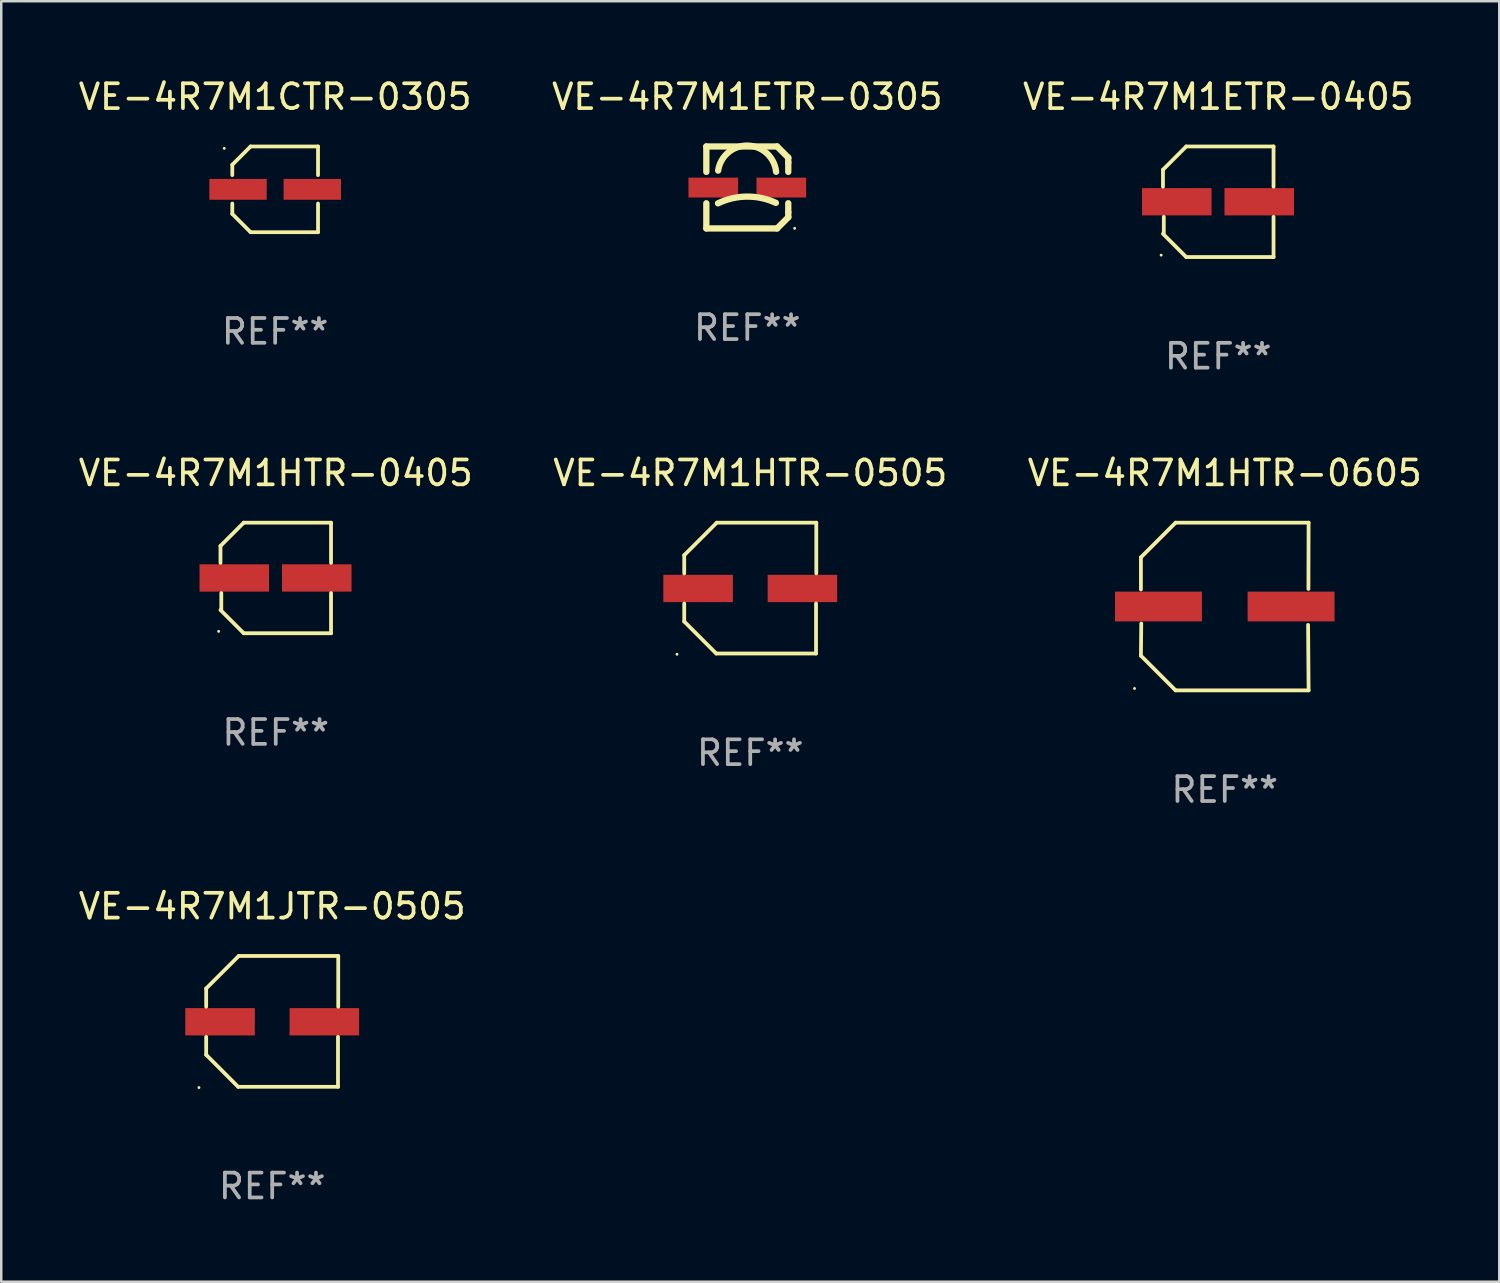
<source format=kicad_pcb>
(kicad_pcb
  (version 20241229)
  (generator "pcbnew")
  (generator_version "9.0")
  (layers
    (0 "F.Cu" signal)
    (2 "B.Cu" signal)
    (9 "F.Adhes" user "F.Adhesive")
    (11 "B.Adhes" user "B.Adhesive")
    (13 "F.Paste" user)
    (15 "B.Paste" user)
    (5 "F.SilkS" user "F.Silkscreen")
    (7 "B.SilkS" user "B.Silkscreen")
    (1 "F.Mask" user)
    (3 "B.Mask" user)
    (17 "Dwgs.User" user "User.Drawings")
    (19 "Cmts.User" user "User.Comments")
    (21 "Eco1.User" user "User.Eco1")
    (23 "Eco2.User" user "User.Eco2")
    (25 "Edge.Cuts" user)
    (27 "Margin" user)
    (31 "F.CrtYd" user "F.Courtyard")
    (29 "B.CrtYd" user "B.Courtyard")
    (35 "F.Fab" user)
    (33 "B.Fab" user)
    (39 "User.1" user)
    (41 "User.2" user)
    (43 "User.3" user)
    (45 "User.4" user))
  (footprint "VE-4R7M1CTR-0305"
    (layer "F.Cu")
    (at 8.03 4.574)
    (property "Reference" "VE-4R7M1CTR-0305" (at 0 -3.726 0) (layer "F.SilkS") (effects (font (size 1 1) (thickness 0.15))))
    (attr through_hole)
    (fp_line (start -1.726 -0.99) (end -1.726 -0.572) (stroke (width 0.152) (type solid)) (layer "F.SilkS"))
    (fp_line (start -1.726 0.99) (end -1.726 0.572) (stroke (width 0.152) (type solid)) (layer "F.SilkS"))
    (fp_line (start -0.99 -1.726) (end -1.726 -0.99) (stroke (width 0.152) (type solid)) (layer "F.SilkS"))
    (fp_line (start -0.99 1.726) (end -1.726 0.99) (stroke (width 0.152) (type solid)) (layer "F.SilkS"))
    (fp_line (start 1.726 -1.726) (end -0.99 -1.726) (stroke (width 0.152) (type solid)) (layer "F.SilkS"))
    (fp_line (start 1.726 -0.572) (end 1.726 -1.726) (stroke (width 0.152) (type solid)) (layer "F.SilkS"))
    (fp_line (start 1.726 0.572) (end 1.726 1.726) (stroke (width 0.152) (type solid)) (layer "F.SilkS"))
    (fp_line (start 1.726 1.726) (end -0.99 1.726) (stroke (width 0.152) (type solid)) (layer "F.SilkS"))
    (fp_circle (center -2.05 -1.65) (end -2.02 -1.65) (stroke (width 0.06) (type solid)) (fill no) (layer "F.SilkS"))
    (fp_text user "REF**" (at 0 5.726 0) (layer "F.Fab") (effects (font (size 1 1) (thickness 0.15))))
    (pad "1" smd rect (at -1.495 0) (size 2.31 0.84) (layers "F.Cu" "F.Mask" "F.Paste"))
    (pad "2" smd rect (at 1.495 0) (size 2.31 0.84) (layers "F.Cu" "F.Mask" "F.Paste")))
  (footprint "VE-4R7M1ETR-0305"
    (layer "F.Cu")
    (at 27.042 4.498)
    (property "Reference" "VE-4R7M1ETR-0305" (at 0 -3.65 0) (layer "F.SilkS") (effects (font (size 1 1) (thickness 0.15))))
    (attr through_hole)
    (fp_line (start -1.65 -0.626) (end -1.65 -1.65) (stroke (width 0.254) (type solid)) (layer "F.SilkS"))
    (fp_line (start -1.65 1.65) (end -1.65 0.636) (stroke (width 0.254) (type solid)) (layer "F.SilkS"))
    (fp_line (start 1.2 -1.65) (end -1.65 -1.65) (stroke (width 0.254) (type solid)) (layer "F.SilkS"))
    (fp_line (start 1.2 1.65) (end -1.65 1.65) (stroke (width 0.254) (type solid)) (layer "F.SilkS"))
    (fp_line (start 1.65 -1.2) (end 1.2 -1.65) (stroke (width 0.254) (type solid)) (layer "F.SilkS"))
    (fp_line (start 1.65 -1) (end 1.65 -1.2) (stroke (width 0.254) (type solid)) (layer "F.SilkS"))
    (fp_line (start 1.65 -0.626) (end 1.65 -1) (stroke (width 0.254) (type solid)) (layer "F.SilkS"))
    (fp_line (start 1.65 1) (end 1.65 0.636) (stroke (width 0.254) (type solid)) (layer "F.SilkS"))
    (fp_line (start 1.65 1) (end 1.65 1.2) (stroke (width 0.254) (type solid)) (layer "F.SilkS"))
    (fp_line (start 1.65 1.2) (end 1.2 1.65) (stroke (width 0.254) (type solid)) (layer "F.SilkS"))
    (fp_arc (start -1.18001 0.640005) (mid -0.016813 0.368589) (end 1.150775 0.620447) (stroke (width 0.254001) (type solid)) (layer "F.SilkS"))
    (fp_arc (start -1.173279 -0.678359) (mid 0.014717 -1.684674) (end 1.159995 -0.629997) (stroke (width 0.254001) (type solid)) (layer "F.SilkS"))
    (fp_circle (center 1.906 1.645) (end 1.936 1.645) (stroke (width 0.06) (type solid)) (fill no) (layer "F.SilkS"))
    (fp_text user "REF**" (at 0 5.65 0) (layer "F.Fab") (effects (font (size 1 1) (thickness 0.15))))
    (pad "1" smd rect (at 1.37 0.005) (size 2 0.8) (layers "F.Cu" "F.Mask" "F.Paste"))
    (pad "2" smd rect (at -1.37 0.005) (size 2 0.8) (layers "F.Cu" "F.Mask" "F.Paste")))
  (footprint "VE-4R7M1ETR-0405"
    (layer "F.Cu")
    (at 46.006 5.074)
    (property "Reference" "VE-4R7M1ETR-0405" (at 0 -4.226 0) (layer "F.SilkS") (effects (font (size 1 1) (thickness 0.15))))
    (attr through_hole)
    (fp_line (start -2.226 -1.29) (end -2.226 -0.607) (stroke (width 0.152) (type solid)) (layer "F.SilkS"))
    (fp_line (start -2.193 1.29) (end -2.193 0.607) (stroke (width 0.152) (type solid)) (layer "F.SilkS"))
    (fp_line (start -1.29 2.226) (end -2.226 1.29) (stroke (width 0.152) (type solid)) (layer "F.SilkS"))
    (fp_line (start -1.29 -2.226) (end -2.226 -1.29) (stroke (width 0.152) (type solid)) (layer "F.SilkS"))
    (fp_line (start 2.226 -2.226) (end -1.29 -2.226) (stroke (width 0.152) (type solid)) (layer "F.SilkS"))
    (fp_line (start 2.226 -0.607) (end 2.226 -2.226) (stroke (width 0.152) (type solid)) (layer "F.SilkS"))
    (fp_line (start 2.226 0.607) (end 2.226 2.226) (stroke (width 0.152) (type solid)) (layer "F.SilkS"))
    (fp_line (start 2.226 2.226) (end -1.29 2.226) (stroke (width 0.152) (type solid)) (layer "F.SilkS"))
    (fp_circle (center -2.3 2.15) (end -2.27 2.15) (stroke (width 0.06) (type solid)) (fill no) (layer "F.SilkS"))
    (fp_text user "REF**" (at 0 6.226 0) (layer "F.Fab") (effects (font (size 1 1) (thickness 0.15))))
    (pad "1" smd rect (at -1.67 -0.000025) (size 2.8 1.1) (layers "F.Cu" "F.Mask" "F.Paste"))
    (pad "2" smd rect (at 1.651 -0.000025) (size 2.8 1.1) (layers "F.Cu" "F.Mask" "F.Paste")))
  (footprint "VE-4R7M1JTR-0505"
    (layer "F.Cu")
    (at 7.911 38.079)
    (property "Reference" "VE-4R7M1JTR-0505" (at 0 -4.634 0) (layer "F.SilkS") (effects (font (size 1 1) (thickness 0.15))))
    (attr through_hole)
    (fp_line (start -2.659 -1.326) (end -2.659 -0.592) (stroke (width 0.152) (type solid)) (layer "F.SilkS"))
    (fp_line (start -2.659 1.346) (end -2.659 0.622) (stroke (width 0.152) (type solid)) (layer "F.SilkS"))
    (fp_line (start -1.372 2.634) (end -2.659 1.346) (stroke (width 0.152) (type solid)) (layer "F.SilkS"))
    (fp_line (start -1.349 -2.634) (end -2.659 -1.326) (stroke (width 0.152) (type solid)) (layer "F.SilkS"))
    (fp_line (start 2.649 0.622) (end 2.649 2.634) (stroke (width 0.152) (type solid)) (layer "F.SilkS"))
    (fp_line (start 2.649 2.634) (end -1.372 2.634) (stroke (width 0.152) (type solid)) (layer "F.SilkS"))
    (fp_line (start 2.659 -2.634) (end -1.349 -2.634) (stroke (width 0.152) (type solid)) (layer "F.SilkS"))
    (fp_line (start 2.659 -0.592) (end 2.659 -2.634) (stroke (width 0.152) (type solid)) (layer "F.SilkS"))
    (fp_circle (center -2.95 2.665) (end -2.92 2.665) (stroke (width 0.06) (type solid)) (fill no) (layer "F.SilkS"))
    (fp_text user "REF**" (at 0 6.634 0) (layer "F.Fab") (effects (font (size 1 1) (thickness 0.15))))
    (pad "1" smd rect (at -2.1 0.015) (size 2.8 1.1) (layers "F.Cu" "F.Mask" "F.Paste"))
    (pad "2" smd rect (at 2.1 0.015) (size 2.8 1.1) (layers "F.Cu" "F.Mask" "F.Paste")))
  (footprint "VE-4R7M1HTR-0405"
    (layer "F.Cu")
    (at 8.054 20.223)
    (property "Reference" "VE-4R7M1HTR-0405" (at 0 -4.226 0) (layer "F.SilkS") (effects (font (size 1 1) (thickness 0.15))))
    (attr through_hole)
    (fp_line (start -2.226 -1.29) (end -2.226 -0.607) (stroke (width 0.152) (type solid)) (layer "F.SilkS"))
    (fp_line (start -2.193 1.29) (end -2.193 0.607) (stroke (width 0.152) (type solid)) (layer "F.SilkS"))
    (fp_line (start -1.29 2.226) (end -2.226 1.29) (stroke (width 0.152) (type solid)) (layer "F.SilkS"))
    (fp_line (start -1.29 -2.226) (end -2.226 -1.29) (stroke (width 0.152) (type solid)) (layer "F.SilkS"))
    (fp_line (start 2.226 -2.226) (end -1.29 -2.226) (stroke (width 0.152) (type solid)) (layer "F.SilkS"))
    (fp_line (start 2.226 -0.607) (end 2.226 -2.226) (stroke (width 0.152) (type solid)) (layer "F.SilkS"))
    (fp_line (start 2.226 0.607) (end 2.226 2.226) (stroke (width 0.152) (type solid)) (layer "F.SilkS"))
    (fp_line (start 2.226 2.226) (end -1.29 2.226) (stroke (width 0.152) (type solid)) (layer "F.SilkS"))
    (fp_circle (center -2.3 2.15) (end -2.27 2.15) (stroke (width 0.06) (type solid)) (fill no) (layer "F.SilkS"))
    (fp_text user "REF**" (at 0 6.226 0) (layer "F.Fab") (effects (font (size 1 1) (thickness 0.15))))
    (pad "1" smd rect (at -1.67 -0.000025) (size 2.8 1.1) (layers "F.Cu" "F.Mask" "F.Paste"))
    (pad "2" smd rect (at 1.651 -0.000025) (size 2.8 1.1) (layers "F.Cu" "F.Mask" "F.Paste")))
  (footprint "VE-4R7M1HTR-0605"
    (layer "F.Cu")
    (at 46.268 21.373)
    (property "Reference" "VE-4R7M1HTR-0605" (at 0 -5.376 0) (layer "F.SilkS") (effects (font (size 1 1) (thickness 0.15))))
    (attr through_hole)
    (fp_line (start -3.376 -1.98) (end -3.376 -0.686) (stroke (width 0.152) (type solid)) (layer "F.SilkS"))
    (fp_line (start -3.376 1.981) (end -3.362 0.686) (stroke (width 0.152) (type solid)) (layer "F.SilkS"))
    (fp_line (start -1.981 3.376) (end -3.376 1.981) (stroke (width 0.152) (type solid)) (layer "F.SilkS"))
    (fp_line (start -1.98 -3.376) (end -3.376 -1.98) (stroke (width 0.152) (type solid)) (layer "F.SilkS"))
    (fp_line (start 3.356 0.74) (end 3.376 3.376) (stroke (width 0.152) (type solid)) (layer "F.SilkS"))
    (fp_line (start 3.369 -0.707) (end 3.376 -3.376) (stroke (width 0.152) (type solid)) (layer "F.SilkS"))
    (fp_line (start 3.376 3.376) (end -1.981 3.376) (stroke (width 0.152) (type solid)) (layer "F.SilkS"))
    (fp_line (start 3.376 -3.376) (end -1.98 -3.376) (stroke (width 0.152) (type solid)) (layer "F.SilkS"))
    (fp_circle (center -3.634 3.3) (end -3.604 3.3) (stroke (width 0.06) (type solid)) (fill no) (layer "F.SilkS"))
    (fp_text user "REF**" (at 0 7.376 0) (layer "F.Fab") (effects (font (size 1 1) (thickness 0.15))))
    (pad "1" smd rect (at -2.67 0.000254) (size 3.5 1.2) (layers "F.Cu" "F.Mask" "F.Paste"))
    (pad "2" smd rect (at 2.67 0.000254) (size 3.5 1.2) (layers "F.Cu" "F.Mask" "F.Paste")))
  (footprint "VE-4R7M1HTR-0505"
    (layer "F.Cu")
    (at 27.161 20.631)
    (property "Reference" "VE-4R7M1HTR-0505" (at 0 -4.634 0) (layer "F.SilkS") (effects (font (size 1 1) (thickness 0.15))))
    (attr through_hole)
    (fp_line (start -2.659 -1.326) (end -2.659 -0.592) (stroke (width 0.152) (type solid)) (layer "F.SilkS"))
    (fp_line (start -2.659 1.346) (end -2.659 0.622) (stroke (width 0.152) (type solid)) (layer "F.SilkS"))
    (fp_line (start -1.372 2.634) (end -2.659 1.346) (stroke (width 0.152) (type solid)) (layer "F.SilkS"))
    (fp_line (start -1.349 -2.634) (end -2.659 -1.326) (stroke (width 0.152) (type solid)) (layer "F.SilkS"))
    (fp_line (start 2.649 0.622) (end 2.649 2.634) (stroke (width 0.152) (type solid)) (layer "F.SilkS"))
    (fp_line (start 2.649 2.634) (end -1.372 2.634) (stroke (width 0.152) (type solid)) (layer "F.SilkS"))
    (fp_line (start 2.659 -2.634) (end -1.349 -2.634) (stroke (width 0.152) (type solid)) (layer "F.SilkS"))
    (fp_line (start 2.659 -0.592) (end 2.659 -2.634) (stroke (width 0.152) (type solid)) (layer "F.SilkS"))
    (fp_circle (center -2.95 2.665) (end -2.92 2.665) (stroke (width 0.06) (type solid)) (fill no) (layer "F.SilkS"))
    (fp_text user "REF**" (at 0 6.634 0) (layer "F.Fab") (effects (font (size 1 1) (thickness 0.15))))
    (pad "1" smd rect (at -2.1 0.015) (size 2.8 1.1) (layers "F.Cu" "F.Mask" "F.Paste"))
    (pad "2" smd rect (at 2.1 0.015) (size 2.8 1.1) (layers "F.Cu" "F.Mask" "F.Paste")))
  (gr_rect
    (start -3 -3)
    (end 57.321 48.562)
    (stroke (width 0.1) (type default))
    (fill no)
    (layer "Edge.Cuts")))
</source>
